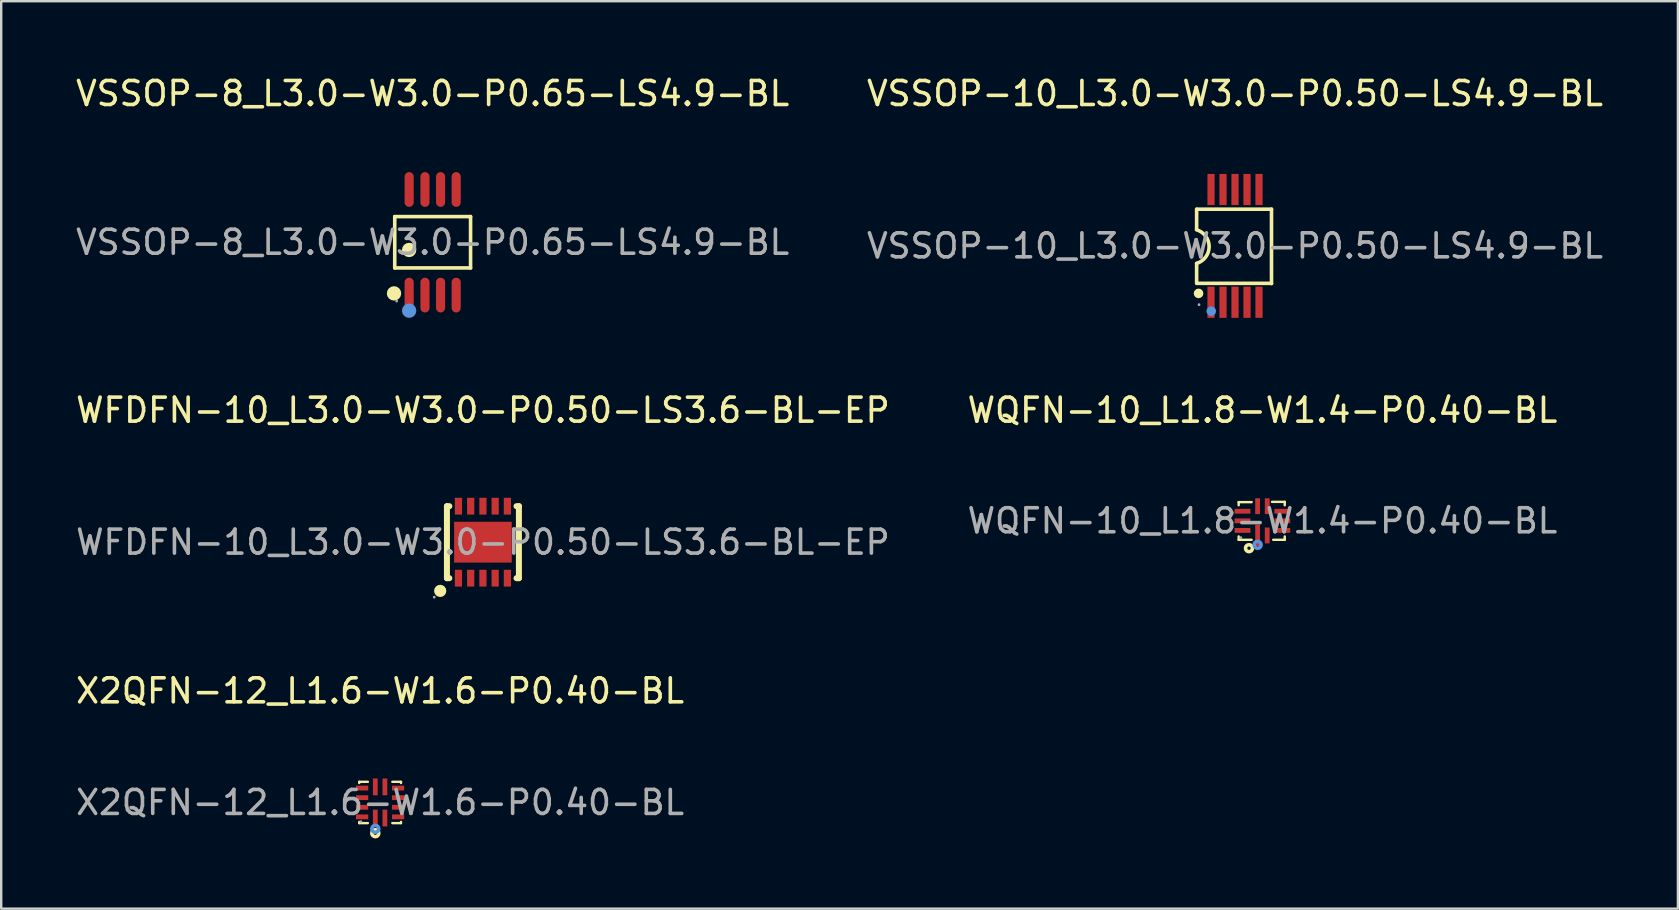
<source format=kicad_pcb>
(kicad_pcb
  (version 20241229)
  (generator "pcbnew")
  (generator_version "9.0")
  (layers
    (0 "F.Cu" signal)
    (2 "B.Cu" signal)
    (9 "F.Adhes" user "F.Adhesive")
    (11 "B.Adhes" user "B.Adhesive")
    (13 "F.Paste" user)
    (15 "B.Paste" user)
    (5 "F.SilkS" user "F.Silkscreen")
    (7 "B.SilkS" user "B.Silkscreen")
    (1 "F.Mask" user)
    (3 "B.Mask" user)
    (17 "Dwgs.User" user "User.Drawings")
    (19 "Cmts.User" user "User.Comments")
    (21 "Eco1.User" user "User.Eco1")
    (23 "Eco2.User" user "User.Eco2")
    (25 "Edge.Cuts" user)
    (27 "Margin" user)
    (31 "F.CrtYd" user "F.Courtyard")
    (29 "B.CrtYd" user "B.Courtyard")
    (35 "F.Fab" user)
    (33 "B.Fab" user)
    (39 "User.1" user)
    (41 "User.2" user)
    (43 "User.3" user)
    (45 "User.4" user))
  (footprint "X2QFN-12_L1.6-W1.6-P0.40-BL"
    (layer "F.Cu")
    (at 12.792 30.395)
    (property "Reference" "X2QFN-12_L1.6-W1.6-P0.40-BL" (at 0 -4.65 0) (layer "F.SilkS") (effects (font (size 1 1) (thickness 0.15))))
    (attr through_hole)
    (fp_line (start -0.87 -0.86) (end -0.87 -0.81) (stroke (width 0.1) (type solid)) (layer "F.SilkS"))
    (fp_line (start -0.87 -0.86) (end -0.51 -0.86) (stroke (width 0.1) (type solid)) (layer "F.SilkS"))
    (fp_line (start -0.87 0.86) (end -0.87 0.81) (stroke (width 0.1) (type solid)) (layer "F.SilkS"))
    (fp_line (start -0.87 0.86) (end -0.51 0.86) (stroke (width 0.1) (type solid)) (layer "F.SilkS"))
    (fp_line (start 0.87 -0.86) (end 0.51 -0.86) (stroke (width 0.1) (type solid)) (layer "F.SilkS"))
    (fp_line (start 0.87 -0.86) (end 0.87 -0.81) (stroke (width 0.1) (type solid)) (layer "F.SilkS"))
    (fp_line (start 0.87 0.86) (end 0.51 0.86) (stroke (width 0.1) (type solid)) (layer "F.SilkS"))
    (fp_line (start 0.87 0.86) (end 0.87 0.81) (stroke (width 0.1) (type solid)) (layer "F.SilkS"))
    (fp_circle (center -0.2 1.28) (end -0.13 1.28) (stroke (width 0.15) (type solid)) (fill no) (layer "F.SilkS"))
    (fp_circle (center -0.2 1.1) (end -0.13 1.1) (stroke (width 0.15) (type solid)) (fill no) (layer "Cmts.User"))
    (fp_circle (center -0.8 0.8) (end -0.77 0.8) (stroke (width 0.06) (type solid)) (fill no) (layer "F.Fab"))
    (fp_text user "${REFERENCE}" (at 0 0 0) (layer "F.Fab") (effects (font (size 1 1) (thickness 0.15))))
    (pad "1" smd rect (at -0.2 0.65) (size 0.2 0.7) (layers "F.Cu" "F.Mask" "F.Paste"))
    (pad "2" smd rect (at 0.2 0.65) (size 0.2 0.7) (layers "F.Cu" "F.Mask" "F.Paste"))
    (pad "3" smd rect (at 0.75 0.6) (size 0.51 0.2) (layers "F.Cu" "F.Mask" "F.Paste"))
    (pad "4" smd rect (at 0.75 0.2) (size 0.51 0.2) (layers "F.Cu" "F.Mask" "F.Paste"))
    (pad "5" smd rect (at 0.75 -0.2) (size 0.51 0.2) (layers "F.Cu" "F.Mask" "F.Paste"))
    (pad "6" smd rect (at 0.75 -0.6) (size 0.51 0.2) (layers "F.Cu" "F.Mask" "F.Paste"))
    (pad "7" smd rect (at 0.2 -0.65) (size 0.2 0.7) (layers "F.Cu" "F.Mask" "F.Paste"))
    (pad "8" smd rect (at -0.2 -0.65) (size 0.2 0.7) (layers "F.Cu" "F.Mask" "F.Paste"))
    (pad "9" smd rect (at -0.75 -0.6) (size 0.51 0.2) (layers "F.Cu" "F.Mask" "F.Paste"))
    (pad "10" smd rect (at -0.75 -0.2) (size 0.51 0.2) (layers "F.Cu" "F.Mask" "F.Paste"))
    (pad "11" smd rect (at -0.75 0.2) (size 0.51 0.2) (layers "F.Cu" "F.Mask" "F.Paste"))
    (pad "12" smd rect (at -0.75 0.6) (size 0.51 0.2) (layers "F.Cu" "F.Mask" "F.Paste")))
  (footprint "WQFN-10_L1.8-W1.4-P0.40-BL"
    (layer "F.Cu")
    (at 49.565 18.657)
    (property "Reference" "WQFN-10_L1.8-W1.4-P0.40-BL" (at 0 -4.61 0) (layer "F.SilkS") (effects (font (size 1 1) (thickness 0.15))))
    (attr through_hole)
    (fp_line (start -0.99 -0.78) (end -0.45 -0.78) (stroke (width 0.1) (type solid)) (layer "F.SilkS"))
    (fp_line (start -0.99 -0.65) (end -0.99 -0.78) (stroke (width 0.1) (type solid)) (layer "F.SilkS"))
    (fp_line (start -0.99 0.79) (end -0.99 0.65) (stroke (width 0.1) (type solid)) (layer "F.SilkS"))
    (fp_line (start -0.45 0.79) (end -0.99 0.79) (stroke (width 0.1) (type solid)) (layer "F.SilkS"))
    (fp_line (start 0.4 -0.79) (end 0.93 -0.79) (stroke (width 0.1) (type solid)) (layer "F.SilkS"))
    (fp_line (start 0.93 -0.79) (end 0.93 -0.65) (stroke (width 0.1) (type solid)) (layer "F.SilkS"))
    (fp_line (start 0.93 0.65) (end 0.93 0.76) (stroke (width 0.1) (type solid)) (layer "F.SilkS"))
    (fp_line (start 0.93 0.76) (end 0.93 0.79) (stroke (width 0.1) (type solid)) (layer "F.SilkS"))
    (fp_line (start 0.93 0.79) (end 0.45 0.79) (stroke (width 0.1) (type solid)) (layer "F.SilkS"))
    (fp_circle (center -0.56 1.14) (end -0.49 1.14) (stroke (width 0.15) (type solid)) (fill no) (layer "F.SilkS"))
    (fp_circle (center -0.2 1) (end -0.13 1) (stroke (width 0.15) (type solid)) (fill no) (layer "Cmts.User"))
    (fp_circle (center -0.9 0.7) (end -0.87 0.7) (stroke (width 0.06) (type solid)) (fill no) (layer "F.Fab"))
    (fp_text user "${REFERENCE}" (at 0 0 0) (layer "F.Fab") (effects (font (size 1 1) (thickness 0.15))))
    (pad "1" smd rect (at -0.2 0.61) (size 0.2 0.9) (layers "F.Cu" "F.Mask" "F.Paste"))
    (pad "2" smd rect (at 0.2 0.61) (size 0.2 0.66) (layers "F.Cu" "F.Mask" "F.Paste"))
    (pad "3" smd rect (at 0.83 0.4) (size 0.66 0.2) (layers "F.Cu" "F.Mask" "F.Paste"))
    (pad "4" smd rect (at 0.83 0) (size 0.66 0.2) (layers "F.Cu" "F.Mask" "F.Paste"))
    (pad "5" smd rect (at 0.83 -0.4) (size 0.66 0.2) (layers "F.Cu" "F.Mask" "F.Paste"))
    (pad "6" smd rect (at 0.2 -0.61) (size 0.2 0.66) (layers "F.Cu" "F.Mask" "F.Paste"))
    (pad "7" smd rect (at -0.2 -0.61) (size 0.2 0.66) (layers "F.Cu" "F.Mask" "F.Paste"))
    (pad "8" smd rect (at -0.83 -0.4) (size 0.66 0.2) (layers "F.Cu" "F.Mask" "F.Paste"))
    (pad "9" smd rect (at -0.83 0) (size 0.66 0.2) (layers "F.Cu" "F.Mask" "F.Paste"))
    (pad "10" smd rect (at -0.83 0.4) (size 0.66 0.2) (layers "F.Cu" "F.Mask" "F.Paste")))
  (footprint "VSSOP-8_L3.0-W3.0-P0.65-LS4.9-BL"
    (layer "F.Cu")
    (at 14.982 7.048)
    (property "Reference" "VSSOP-8_L3.0-W3.0-P0.65-LS4.9-BL" (at 0 -6.2 0) (layer "F.SilkS") (effects (font (size 1 1) (thickness 0.15))))
    (attr through_hole)
    (fp_line (start -1.58 -1.07) (end 1.58 -1.07) (stroke (width 0.15) (type solid)) (layer "F.SilkS"))
    (fp_line (start -1.58 1.07) (end -1.58 -1.07) (stroke (width 0.15) (type solid)) (layer "F.SilkS"))
    (fp_line (start 1.58 -1.07) (end 1.58 1.07) (stroke (width 0.15) (type solid)) (layer "F.SilkS"))
    (fp_line (start 1.58 1.07) (end -1.58 1.07) (stroke (width 0.15) (type solid)) (layer "F.SilkS"))
    (fp_circle (center -1.61 2.13) (end -1.46 2.13) (stroke (width 0.3) (type solid)) (fill no) (layer "F.SilkS"))
    (fp_circle (center -0.98 0.32) (end -0.83 0.32) (stroke (width 0.3) (type solid)) (fill no) (layer "F.SilkS"))
    (fp_circle (center -0.98 2.85) (end -0.83 2.85) (stroke (width 0.3) (type solid)) (fill no) (layer "Cmts.User"))
    (fp_circle (center -1.5 2.45) (end -1.47 2.45) (stroke (width 0.06) (type solid)) (fill no) (layer "F.Fab"))
    (fp_text user "${REFERENCE}" (at 0 0 0) (layer "F.Fab") (effects (font (size 1 1) (thickness 0.15))))
    (pad "1" smd oval (at -0.98 2.2) (size 0.38 1.45) (layers "F.Cu" "F.Mask" "F.Paste"))
    (pad "2" smd oval (at -0.32 2.2) (size 0.38 1.45) (layers "F.Cu" "F.Mask" "F.Paste"))
    (pad "3" smd oval (at 0.33 2.2) (size 0.38 1.45) (layers "F.Cu" "F.Mask" "F.Paste"))
    (pad "4" smd oval (at 0.98 2.2) (size 0.38 1.45) (layers "F.Cu" "F.Mask" "F.Paste"))
    (pad "5" smd oval (at 0.98 -2.2) (size 0.38 1.45) (layers "F.Cu" "F.Mask" "F.Paste"))
    (pad "6" smd oval (at 0.33 -2.2) (size 0.38 1.45) (layers "F.Cu" "F.Mask" "F.Paste"))
    (pad "7" smd oval (at -0.32 -2.2) (size 0.38 1.45) (layers "F.Cu" "F.Mask" "F.Paste"))
    (pad "8" smd oval (at -0.98 -2.2) (size 0.38 1.45) (layers "F.Cu" "F.Mask" "F.Paste")))
  (footprint "VSSOP-10_L3.0-W3.0-P0.50-LS4.9-BL"
    (layer "F.Cu")
    (at 48.423 7.198)
    (property "Reference" "VSSOP-10_L3.0-W3.0-P0.50-LS4.9-BL" (at 0 -6.35 0) (layer "F.SilkS") (effects (font (size 1 1) (thickness 0.15))))
    (attr through_hole)
    (fp_line (start -1.6 -1.53) (end -1.6 -0.7) (stroke (width 0.15) (type solid)) (layer "F.SilkS"))
    (fp_line (start -1.6 0.73) (end -1.6 1.56) (stroke (width 0.15) (type solid)) (layer "F.SilkS"))
    (fp_line (start -1.58 -1.53) (end 1.52 -1.53) (stroke (width 0.15) (type solid)) (layer "F.SilkS"))
    (fp_line (start -1.58 1.56) (end 1.52 1.56) (stroke (width 0.15) (type solid)) (layer "F.SilkS"))
    (fp_line (start 1.52 1.57) (end 1.52 -1.53) (stroke (width 0.15) (type solid)) (layer "F.SilkS"))
    (fp_arc (start -1.605241 -0.671551) (mid -1.079184 0.027267) (end -1.6 0.73) (stroke (width 0.15) (type solid)) (layer "F.SilkS"))
    (fp_circle (center -1.52 1.98) (end -1.42 1.98) (stroke (width 0.2) (type solid)) (fill no) (layer "F.SilkS"))
    (fp_circle (center -0.99 2.72) (end -0.89 2.72) (stroke (width 0.2) (type solid)) (fill no) (layer "Cmts.User"))
    (fp_circle (center -1.5 2.45) (end -1.47 2.45) (stroke (width 0.06) (type solid)) (fill no) (layer "F.Fab"))
    (fp_text user "${REFERENCE}" (at 0 0 0) (layer "F.Fab") (effects (font (size 1 1) (thickness 0.15))))
    (pad "1" smd rect (at -1 2.35) (size 0.3 1.3) (layers "F.Cu" "F.Mask" "F.Paste"))
    (pad "2" smd rect (at -0.5 2.35) (size 0.3 1.3) (layers "F.Cu" "F.Mask" "F.Paste"))
    (pad "3" smd rect (at 0 2.35) (size 0.3 1.3) (layers "F.Cu" "F.Mask" "F.Paste"))
    (pad "4" smd rect (at 0.5 2.35) (size 0.3 1.3) (layers "F.Cu" "F.Mask" "F.Paste"))
    (pad "5" smd rect (at 1 2.35) (size 0.3 1.3) (layers "F.Cu" "F.Mask" "F.Paste"))
    (pad "6" smd rect (at 1 -2.35) (size 0.3 1.3) (layers "F.Cu" "F.Mask" "F.Paste"))
    (pad "7" smd rect (at 0.5 -2.35) (size 0.3 1.3) (layers "F.Cu" "F.Mask" "F.Paste"))
    (pad "8" smd rect (at 0 -2.35) (size 0.3 1.3) (layers "F.Cu" "F.Mask" "F.Paste"))
    (pad "9" smd rect (at -0.5 -2.35) (size 0.3 1.3) (layers "F.Cu" "F.Mask" "F.Paste"))
    (pad "10" smd rect (at -1 -2.35) (size 0.3 1.3) (layers "F.Cu" "F.Mask" "F.Paste")))
  (footprint "WFDFN-10_L3.0-W3.0-P0.50-LS3.6-BL-EP"
    (layer "F.Cu")
    (at 17.077 19.547)
    (property "Reference" "WFDFN-10_L3.0-W3.0-P0.50-LS3.6-BL-EP" (at 0 -5.5 0) (layer "F.SilkS") (effects (font (size 1 1) (thickness 0.15))))
    (attr through_hole)
    (fp_line (start -1.5 -1.5) (end -1.4 -1.5) (stroke (width 0.25) (type solid)) (layer "F.SilkS"))
    (fp_line (start -1.5 1.5) (end -1.5 -1.5) (stroke (width 0.25) (type solid)) (layer "F.SilkS"))
    (fp_line (start -1.5 1.5) (end -1.4 1.5) (stroke (width 0.25) (type solid)) (layer "F.SilkS"))
    (fp_line (start 1.4 -1.5) (end 1.5 -1.5) (stroke (width 0.25) (type solid)) (layer "F.SilkS"))
    (fp_line (start 1.4 1.5) (end 1.5 1.5) (stroke (width 0.25) (type solid)) (layer "F.SilkS"))
    (fp_line (start 1.5 1.5) (end 1.5 -1.5) (stroke (width 0.25) (type solid)) (layer "F.SilkS"))
    (fp_circle (center -1.78 2.03) (end -1.65 2.03) (stroke (width 0.25) (type solid)) (fill no) (layer "F.SilkS"))
    (fp_circle (center -2.03 2.29) (end -2 2.29) (stroke (width 0.06) (type solid)) (fill no) (layer "F.Fab"))
    (fp_text user "${REFERENCE}" (at 0 0 0) (layer "F.Fab") (effects (font (size 1 1) (thickness 0.15))))
    (pad "1" smd rect (at -1.02 1.5) (size 0.3 0.7) (layers "F.Cu" "F.Mask" "F.Paste"))
    (pad "2" smd rect (at -0.51 1.5) (size 0.3 0.7) (layers "F.Cu" "F.Mask" "F.Paste"))
    (pad "3" smd rect (at 0 1.5) (size 0.3 0.7) (layers "F.Cu" "F.Mask" "F.Paste"))
    (pad "4" smd rect (at 0.51 1.5) (size 0.3 0.7) (layers "F.Cu" "F.Mask" "F.Paste"))
    (pad "5" smd rect (at 1.02 1.5) (size 0.3 0.7) (layers "F.Cu" "F.Mask" "F.Paste"))
    (pad "6" smd rect (at 1.02 -1.5) (size 0.3 0.7) (layers "F.Cu" "F.Mask" "F.Paste"))
    (pad "7" smd rect (at 0.51 -1.5) (size 0.3 0.7) (layers "F.Cu" "F.Mask" "F.Paste"))
    (pad "8" smd rect (at 0 -1.5) (size 0.3 0.7) (layers "F.Cu" "F.Mask" "F.Paste"))
    (pad "9" smd rect (at -0.51 -1.5) (size 0.3 0.7) (layers "F.Cu" "F.Mask" "F.Paste"))
    (pad "10" smd rect (at -1.02 -1.5) (size 0.3 0.7) (layers "F.Cu" "F.Mask" "F.Paste"))
    (pad "11" smd rect (at 0 0 90) (size 1.7 2.4) (layers "F.Cu" "F.Mask" "F.Paste")))
  (gr_rect
    (start -3 -3)
    (end 66.881 34.82)
    (stroke (width 0.1) (type default))
    (fill no)
    (layer "Edge.Cuts")))
</source>
